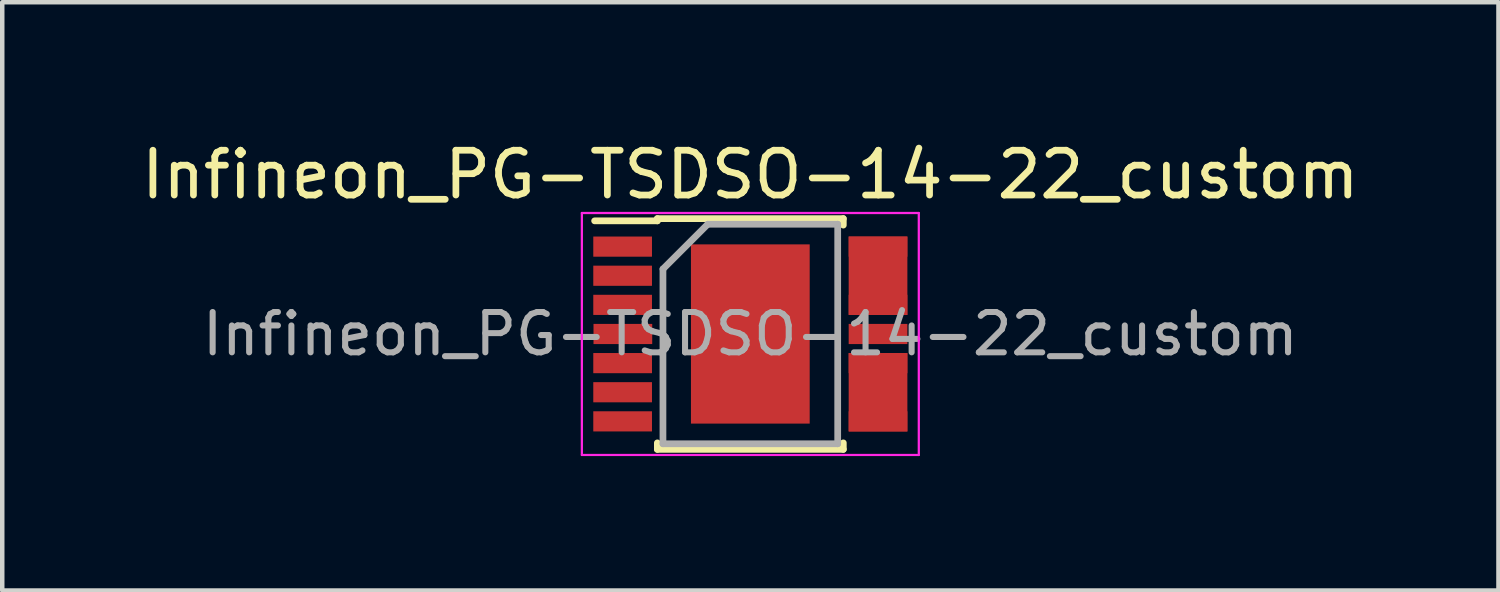
<source format=kicad_pcb>
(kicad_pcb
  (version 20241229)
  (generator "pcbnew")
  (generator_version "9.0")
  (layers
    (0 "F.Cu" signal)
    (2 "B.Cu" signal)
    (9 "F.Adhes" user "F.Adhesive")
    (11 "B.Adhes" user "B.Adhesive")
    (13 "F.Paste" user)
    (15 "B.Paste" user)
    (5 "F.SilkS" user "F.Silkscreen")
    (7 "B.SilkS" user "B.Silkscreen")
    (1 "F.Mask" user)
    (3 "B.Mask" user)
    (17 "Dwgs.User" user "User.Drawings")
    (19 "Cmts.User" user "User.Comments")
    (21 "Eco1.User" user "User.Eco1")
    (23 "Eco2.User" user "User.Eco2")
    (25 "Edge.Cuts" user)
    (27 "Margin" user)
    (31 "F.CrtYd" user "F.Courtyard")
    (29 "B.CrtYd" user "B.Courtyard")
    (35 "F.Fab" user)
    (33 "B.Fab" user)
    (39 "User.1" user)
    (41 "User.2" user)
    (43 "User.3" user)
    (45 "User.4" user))
  (footprint "Infineon_PG-TSDSO-14-22_custom"
    (layer "F.Cu")
    (at 13.696 4.404)
    (property "Reference" "Infineon_PG-TSDSO-14-22_custom" (at 0 -3.556 180) (layer "F.SilkS") (effects (font (size 1 1) (thickness 0.15))))
    (attr smd)
    (fp_line (start -2.075 -2.575) (end -2.075 -2.525) (stroke (width 0.15) (type solid)) (layer "F.SilkS"))
    (fp_line (start -2.075 -2.575) (end 2.075 -2.575) (stroke (width 0.15) (type solid)) (layer "F.SilkS"))
    (fp_line (start -2.075 -2.525) (end -3.475 -2.525) (stroke (width 0.15) (type solid)) (layer "F.SilkS"))
    (fp_line (start -2.075 2.575) (end -2.075 2.43) (stroke (width 0.15) (type solid)) (layer "F.SilkS"))
    (fp_line (start -2.075 2.575) (end 2.075 2.575) (stroke (width 0.15) (type solid)) (layer "F.SilkS"))
    (fp_line (start 2.075 -2.575) (end 2.075 -2.43) (stroke (width 0.15) (type solid)) (layer "F.SilkS"))
    (fp_line (start 2.075 2.575) (end 2.075 2.43) (stroke (width 0.15) (type solid)) (layer "F.SilkS"))
    (fp_line (start -3.76 -2.7) (end -3.76 2.7) (stroke (width 0.05) (type solid)) (layer "F.CrtYd"))
    (fp_line (start -3.76 -2.7) (end 3.76 -2.7) (stroke (width 0.05) (type solid)) (layer "F.CrtYd"))
    (fp_line (start -3.76 2.7) (end 3.76 2.7) (stroke (width 0.05) (type solid)) (layer "F.CrtYd"))
    (fp_line (start 3.76 -2.7) (end 3.76 2.7) (stroke (width 0.05) (type solid)) (layer "F.CrtYd"))
    (fp_line (start -1.95 -1.45) (end -0.95 -2.45) (stroke (width 0.15) (type solid)) (layer "F.Fab"))
    (fp_line (start -1.95 2.45) (end -1.95 -1.45) (stroke (width 0.15) (type solid)) (layer "F.Fab"))
    (fp_line (start -0.95 -2.45) (end 1.95 -2.45) (stroke (width 0.15) (type solid)) (layer "F.Fab"))
    (fp_line (start 1.95 -2.45) (end 1.95 2.45) (stroke (width 0.15) (type solid)) (layer "F.Fab"))
    (fp_line (start 1.95 2.45) (end -1.95 2.45) (stroke (width 0.15) (type solid)) (layer "F.Fab"))
    (fp_text user "${REFERENCE}" (at 0 0 180) (layer "F.Fab") (effects (font (size 0.9 0.9) (thickness 0.135))))
    (pad "" smd rect (at 0 -1.075) (size 2.65 1.85) (layers "F.Paste"))
    (pad "" smd rect (at 0 1.075) (size 2.65 1.85) (layers "F.Paste"))
    (pad "1" smd rect (at -2.85 -1.95) (size 1.31 0.45) (layers "F.Cu" "F.Mask" "F.Paste"))
    (pad "2" smd rect (at -2.85 -1.3) (size 1.31 0.45) (layers "F.Cu" "F.Mask" "F.Paste"))
    (pad "3" smd rect (at -2.85 -0.65) (size 1.31 0.45) (layers "F.Cu" "F.Mask" "F.Paste"))
    (pad "4" smd rect (at -2.845 0) (size 1.31 0.45) (layers "F.Cu" "F.Mask" "F.Paste"))
    (pad "5" smd rect (at -2.85 0.65) (size 1.31 0.45) (layers "F.Cu" "F.Mask" "F.Paste"))
    (pad "6" smd rect (at -2.85 1.3) (size 1.31 0.45) (layers "F.Cu" "F.Mask" "F.Paste"))
    (pad "7" smd rect (at -2.85 1.95) (size 1.31 0.45) (layers "F.Cu" "F.Mask" "F.Paste"))
    (pad "8" smd rect (at 2.85 1.95) (size 1.31 0.45) (layers "F.Cu" "F.Mask" "F.Paste"))
    (pad "9" smd rect (at 2.85 1.3) (size 1.31 1.75) (layers "F.Cu" "F.Mask" "F.Paste"))
    (pad "10" smd rect (at 2.85 0.65) (size 1.31 0.45) (layers "F.Cu" "F.Mask" "F.Paste"))
    (pad "11" smd rect (at 2.85 0) (size 1.31 0.45) (layers "F.Cu" "F.Mask" "F.Paste"))
    (pad "12" smd rect (at 2.85 -0.65) (size 1.31 0.45) (layers "F.Cu" "F.Mask" "F.Paste"))
    (pad "13" smd rect (at 2.85 -1.3) (size 1.31 1.75) (layers "F.Cu" "F.Mask" "F.Paste"))
    (pad "14" smd rect (at 2.85 -1.95) (size 1.31 0.45) (layers "F.Cu" "F.Mask" "F.Paste"))
    (pad "15" smd rect (at 0 0) (size 2.65 4) (layers "F.Cu" "F.Mask")))
  (gr_rect
    (start -3 -3)
    (end 30.393 10.129)
    (stroke (width 0.1) (type default))
    (fill no)
    (layer "Edge.Cuts")))
</source>
